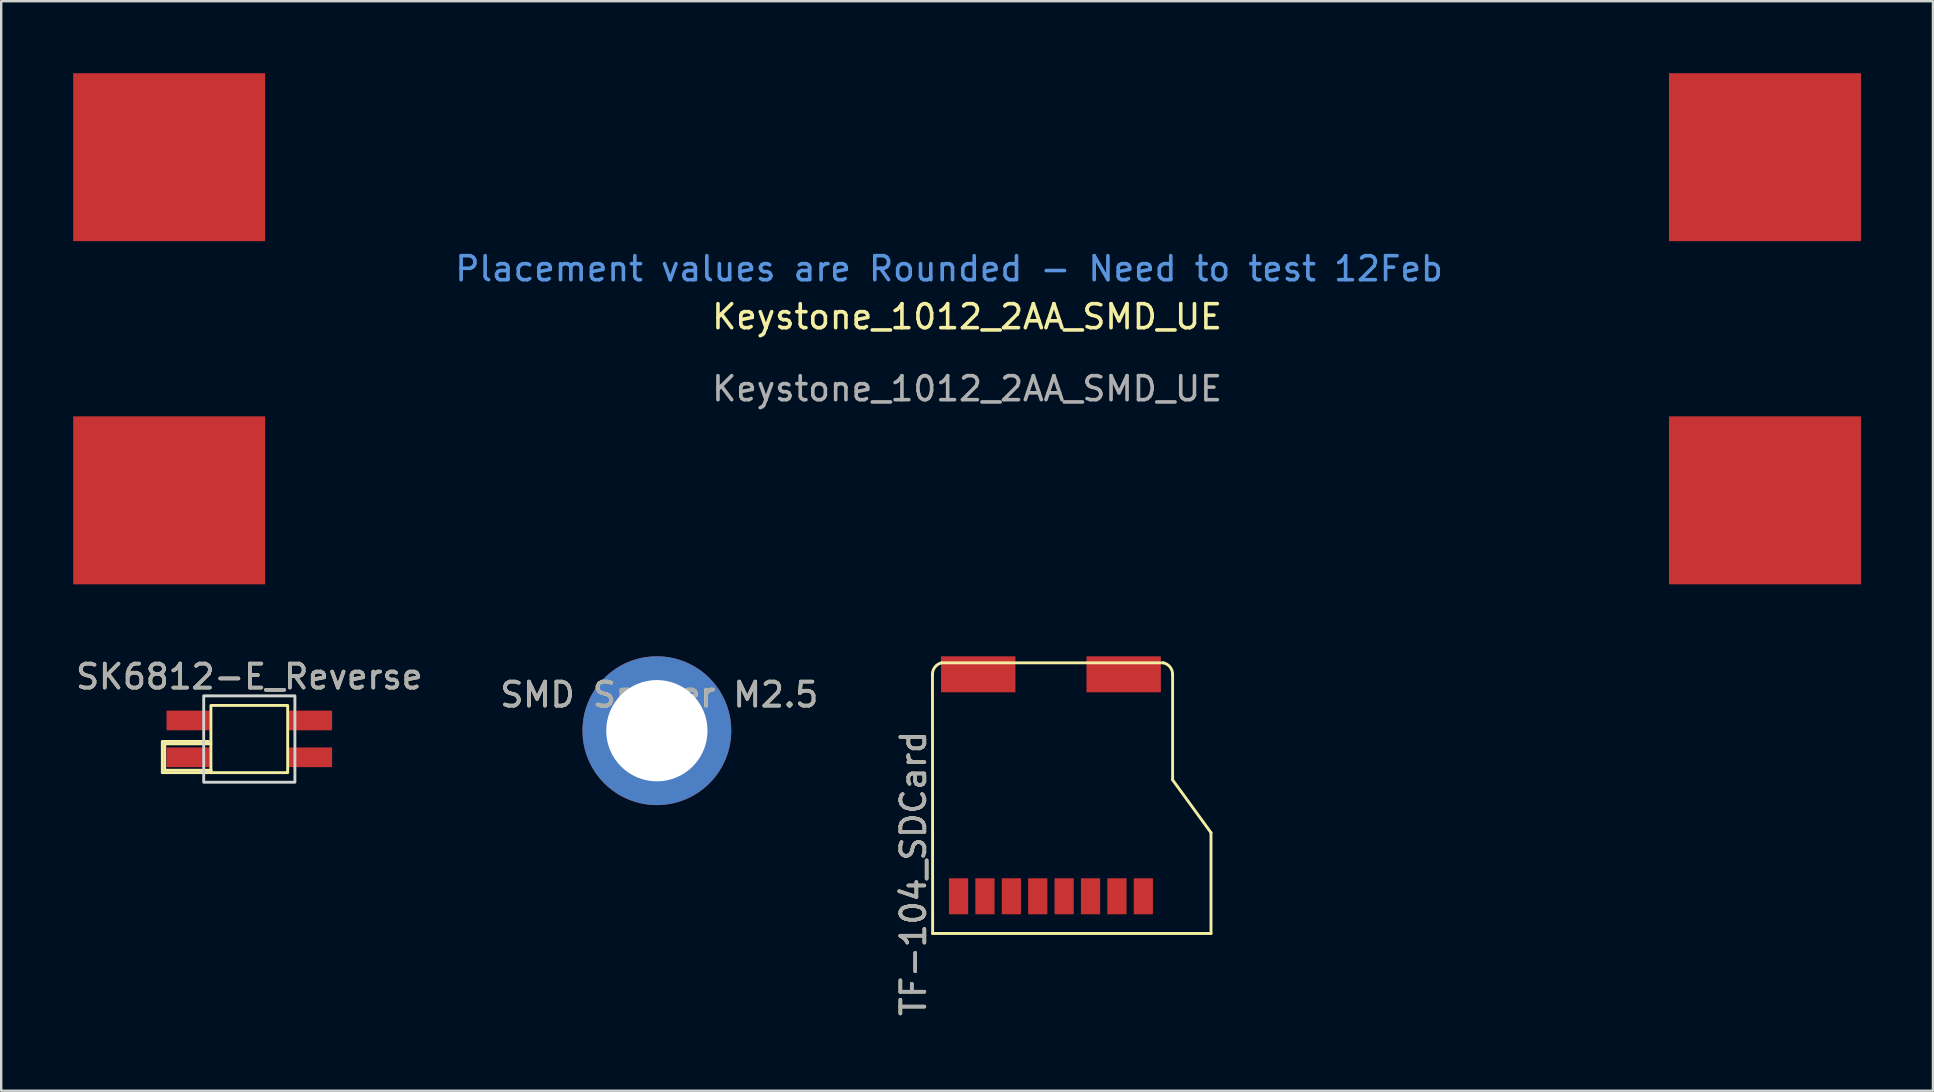
<source format=kicad_pcb>
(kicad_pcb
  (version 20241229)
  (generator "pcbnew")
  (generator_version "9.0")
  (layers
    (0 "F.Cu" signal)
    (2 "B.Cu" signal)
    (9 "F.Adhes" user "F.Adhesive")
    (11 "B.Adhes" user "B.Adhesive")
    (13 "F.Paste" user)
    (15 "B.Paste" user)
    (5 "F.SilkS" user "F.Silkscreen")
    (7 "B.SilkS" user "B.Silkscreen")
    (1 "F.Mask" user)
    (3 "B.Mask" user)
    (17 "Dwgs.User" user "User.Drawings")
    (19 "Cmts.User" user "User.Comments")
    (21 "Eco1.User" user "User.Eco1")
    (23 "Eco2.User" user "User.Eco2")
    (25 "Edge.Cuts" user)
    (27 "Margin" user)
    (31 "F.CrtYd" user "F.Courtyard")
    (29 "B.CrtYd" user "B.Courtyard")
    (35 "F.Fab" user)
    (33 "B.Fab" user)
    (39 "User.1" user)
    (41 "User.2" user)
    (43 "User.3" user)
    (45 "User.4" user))
  (footprint "SK6812-E_Reverse"
    (layer "F.Cu")
    (at 7.339 27.748)
    (property "Reference" "SK6812-E_Reverse" (at 0 -2.6 0) (unlocked yes) (layer "F.SilkS") (effects (font (size 1 1) (thickness 0.15))))
    (fp_line (start -3.625 1.4) (end -3.625 0.1) (stroke (width 0.12) (type solid)) (layer "F.SilkS"))
    (fp_line (start -3.6 0.1) (end -1.7 0.1) (stroke (width 0.12) (type solid)) (layer "F.SilkS"))
    (fp_line (start -3.525 0.2) (end -3.525 1.3) (stroke (width 0.12) (type solid)) (layer "F.SilkS"))
    (fp_line (start -3.5 1.3) (end -1.6 1.3) (stroke (width 0.12) (type solid)) (layer "F.SilkS"))
    (fp_line (start -1.6 0.2) (end -3.5 0.2) (stroke (width 0.12) (type solid)) (layer "F.SilkS"))
    (fp_line (start -1.6 1.3) (end -1.6 1.4) (stroke (width 0.12) (type solid)) (layer "F.SilkS"))
    (fp_line (start -1.6 1.4) (end -3.6 1.4) (stroke (width 0.12) (type solid)) (layer "F.SilkS"))
    (fp_rect (start -1.6 1.4) (end 1.6 -1.4) (stroke (width 0.12) (type solid)) (fill no) (layer "F.SilkS"))
    (fp_rect (start -1.9 1.8) (end 1.9 -1.8) (stroke (width 0.12) (type solid)) (fill no) (layer "Edge.Cuts"))
    (fp_text user "${REFERENCE}" (at 0 -2.6 0) (unlocked yes) (layer "F.Fab") (effects (font (size 1 1) (thickness 0.15))))
    (pad "1" smd rect (at 2.55 -0.775) (size 1.8 0.82) (layers "F.Cu" "F.Mask" "F.Paste"))
    (pad "2" smd rect (at 2.55 0.76) (size 1.8 0.82) (layers "F.Cu" "F.Mask" "F.Paste"))
    (pad "3" smd rect (at -2.55 0.76) (size 1.8 0.82) (layers "F.Cu" "F.Mask" "F.Paste"))
    (pad "4" smd rect (at -2.55 -0.775) (size 1.8 0.82) (layers "F.Cu" "F.Mask" "F.Paste")))
  (footprint "SMD Spacer M2.5"
    (layer "F.Cu")
    (at 24.423 27.4)
    (property "Reference" "SMD Spacer M2.5" (at 0 -1.5 0) (unlocked yes) (layer "F.SilkS") (effects (font (size 1 1) (thickness 0.15))))
    (fp_text user "${REFERENCE}" (at 0 -1.5 0) (unlocked yes) (layer "F.Fab") (effects (font (size 1 1) (thickness 0.15))))
    (pad "1" thru_hole circle (at -0.1 0) (size 6.2 6.2) (drill 4.22) (layers "*.Cu" "*.Mask")))
  (footprint "Keystone_1012_2AA_SMD_UE"
    (layer "F.Cu")
    (at 37.25 10.65)
    (property "Reference" "Keystone_1012_2AA_SMD_UE" (at 0 -0.5 0) (unlocked yes) (layer "F.SilkS") (effects (font (size 1 1) (thickness 0.15))))
    (attr smd)
    (fp_text user "Placement values are Rounded - Need to test 12Feb" (at -0.75 -2.5 0) (unlocked yes) (layer "Cmts.User") (effects (font (size 1 1) (thickness 0.15))))
    (fp_text user "${REFERENCE}" (at 0 2.5 0) (unlocked yes) (layer "F.Fab") (effects (font (size 1 1) (thickness 0.15))))
    (pad "1" smd rect (at -33.25 -7.15) (size 8 7) (layers "F.Cu" "F.Mask" "F.Paste"))
    (pad "2" smd rect (at 33.25 -7.15) (size 8 7) (layers "F.Cu" "F.Mask" "F.Paste"))
    (pad "3" smd rect (at -33.25 7.15) (size 8 7) (layers "F.Cu" "F.Mask" "F.Paste"))
    (pad "4" smd rect (at 33.25 7.15) (size 8 7) (layers "F.Cu" "F.Mask" "F.Paste")))
  (footprint "TF-104_SDCard"
    (layer "F.Cu")
    (at 36.215 25.05)
    (property "Reference" "TF-104_SDCard" (at -1.2 8.3 90) (unlocked yes) (layer "F.SilkS") (effects (font (size 1 1) (thickness 0.15))))
    (fp_line (start -0.407 0) (end -0.4 10.8) (stroke (width 0.12) (type solid)) (layer "F.SilkS"))
    (fp_line (start -0.4 10.8) (end 11.2 10.8) (stroke (width 0.12) (type solid)) (layer "F.SilkS"))
    (fp_line (start -0.025 -0.478) (end 9.218 -0.478) (stroke (width 0.12) (type solid)) (layer "F.SilkS"))
    (fp_line (start 9.6 4.4) (end 9.6 0) (stroke (width 0.12) (type solid)) (layer "F.SilkS"))
    (fp_line (start 11.2 6.6) (end 9.6 4.4) (stroke (width 0.12) (type solid)) (layer "F.SilkS"))
    (fp_line (start 11.2 10.8) (end 11.2 6.6) (stroke (width 0.12) (type solid)) (layer "F.SilkS"))
    (fp_arc (start -0.407374 0) (mid -0.3 -0.306101) (end -0.024935 -0.478049) (stroke (width 0.12) (type solid)) (layer "F.SilkS"))
    (fp_arc (start 9.217561 -0.478049) (mid 9.492626 -0.306101) (end 9.6 0) (stroke (width 0.12) (type solid)) (layer "F.SilkS"))
    (fp_text user "${REFERENCE}" (at -1.2 8.3 90) (unlocked yes) (layer "F.Fab") (effects (font (size 1 1) (thickness 0.15))))
    (pad "" smd rect (at 1.5 0) (size 3.1 1.5) (layers "F.Cu" "F.Mask" "F.Paste"))
    (pad "" smd rect (at 7.56 0) (size 3.1 1.5) (layers "F.Cu" "F.Mask" "F.Paste"))
    (pad "1" smd rect (at 8.38 9.25) (size 0.8 1.5) (layers "F.Cu" "F.Mask" "F.Paste"))
    (pad "2" smd rect (at 7.28 9.25) (size 0.8 1.5) (layers "F.Cu" "F.Mask" "F.Paste"))
    (pad "3" smd rect (at 6.18 9.25) (size 0.8 1.5) (layers "F.Cu" "F.Mask" "F.Paste"))
    (pad "4" smd rect (at 5.08 9.25) (size 0.8 1.5) (layers "F.Cu" "F.Mask" "F.Paste"))
    (pad "5" smd rect (at 3.98 9.25) (size 0.8 1.5) (layers "F.Cu" "F.Mask" "F.Paste"))
    (pad "6" smd rect (at 2.88 9.25) (size 0.8 1.5) (layers "F.Cu" "F.Mask" "F.Paste"))
    (pad "7" smd rect (at 1.78 9.25) (size 0.8 1.5) (layers "F.Cu" "F.Mask" "F.Paste"))
    (pad "8" smd rect (at 0.68 9.25) (size 0.8 1.5) (layers "F.Cu" "F.Mask" "F.Paste")))
  (gr_rect
    (start -3 -3)
    (end 77.5 42.404)
    (stroke (width 0.1) (type default))
    (fill no)
    (layer "Edge.Cuts")))
</source>
